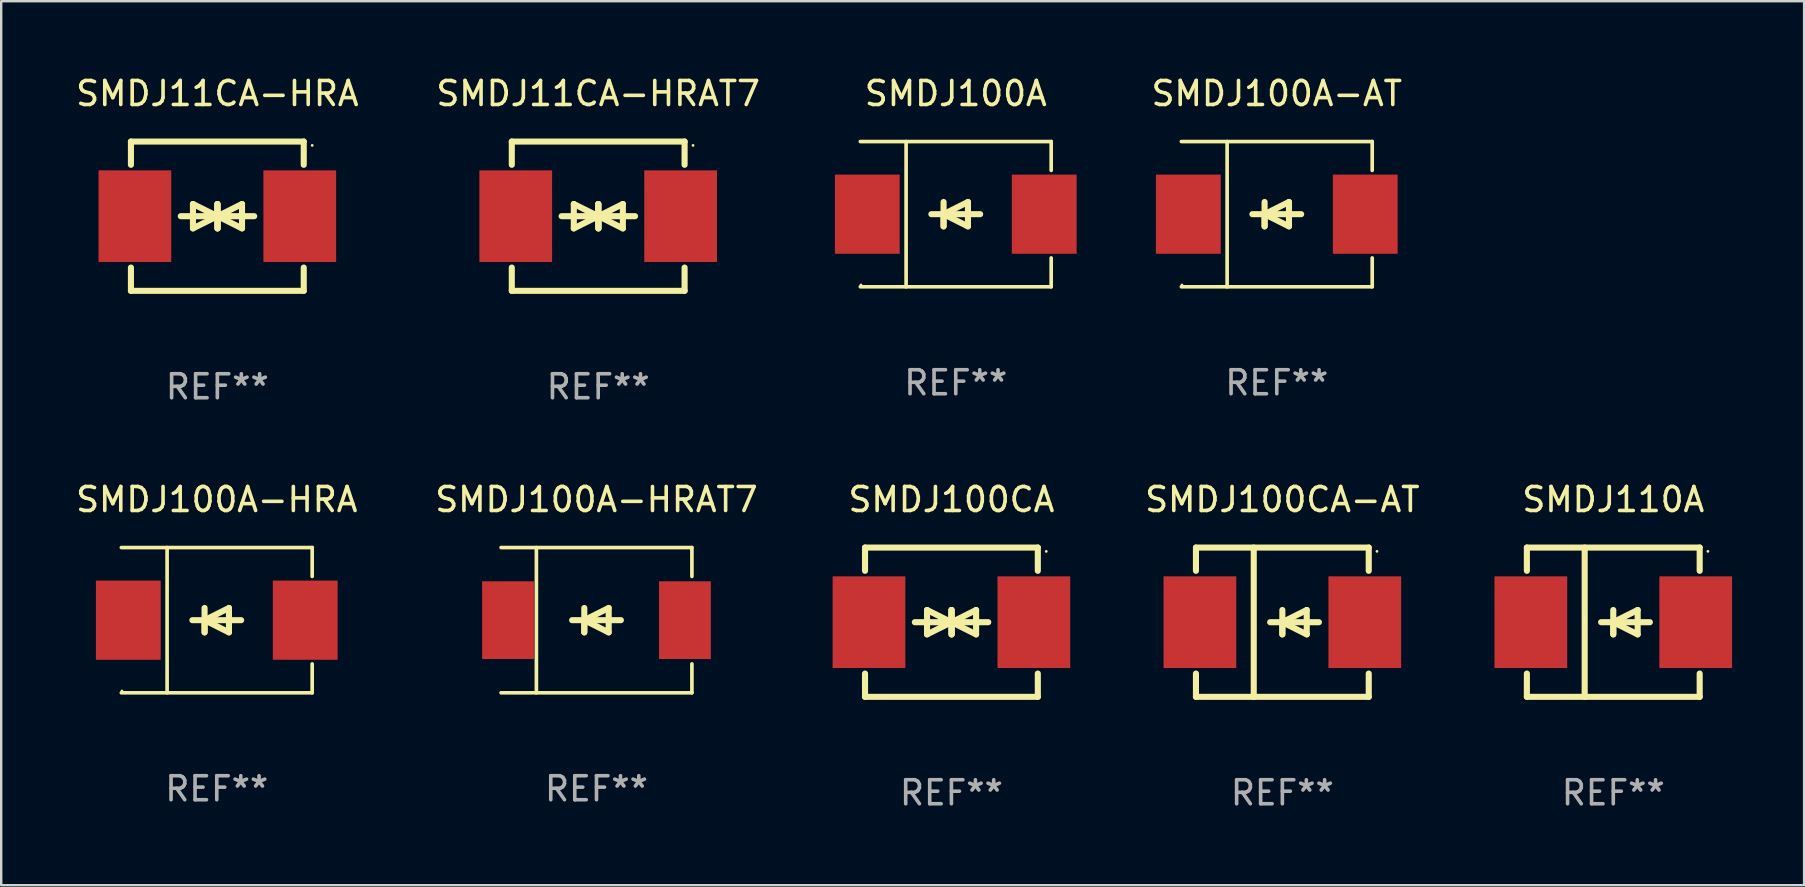
<source format=kicad_pcb>
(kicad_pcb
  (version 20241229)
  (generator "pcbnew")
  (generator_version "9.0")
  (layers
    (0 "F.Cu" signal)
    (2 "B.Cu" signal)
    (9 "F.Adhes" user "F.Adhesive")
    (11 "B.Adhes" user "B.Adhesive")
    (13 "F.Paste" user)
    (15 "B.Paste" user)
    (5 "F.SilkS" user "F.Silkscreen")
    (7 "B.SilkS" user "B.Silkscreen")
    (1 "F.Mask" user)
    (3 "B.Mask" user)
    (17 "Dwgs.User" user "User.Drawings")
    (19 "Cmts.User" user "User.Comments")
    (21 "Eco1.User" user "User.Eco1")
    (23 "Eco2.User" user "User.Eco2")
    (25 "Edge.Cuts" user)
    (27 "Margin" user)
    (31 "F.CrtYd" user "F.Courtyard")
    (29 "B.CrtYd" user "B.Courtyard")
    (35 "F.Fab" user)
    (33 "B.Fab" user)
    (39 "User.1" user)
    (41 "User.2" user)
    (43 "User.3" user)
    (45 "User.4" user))
  (footprint "SMDJ100CA"
    (layer "F.Cu")
    (at 36.593 22.875)
    (property "Reference" "SMDJ100CA" (at 0 -5.11 0) (layer "F.SilkS") (effects (font (size 1 1) (thickness 0.15))))
    (attr through_hole)
    (fp_line (start -3.6 -2.141) (end -3.6 -3.11) (stroke (width 0.254) (type solid)) (layer "F.SilkS"))
    (fp_line (start -3.6 3.11) (end -3.6 2.141) (stroke (width 0.254) (type solid)) (layer "F.SilkS"))
    (fp_line (start -1.524 0) (end 0.508 0) (stroke (width 0.254) (type solid)) (layer "F.SilkS"))
    (fp_line (start -1.016 -0.508) (end -1.016 0.508) (stroke (width 0.254) (type solid)) (layer "F.SilkS"))
    (fp_line (start -1.016 0.508) (end 0 0) (stroke (width 0.254) (type solid)) (layer "F.SilkS"))
    (fp_line (start 0 -0.508) (end 0 0.508) (stroke (width 0.254) (type solid)) (layer "F.SilkS"))
    (fp_line (start 0 0) (end -1.016 -0.508) (stroke (width 0.254) (type solid)) (layer "F.SilkS"))
    (fp_line (start 0 0) (end 0 -0.508) (stroke (width 0.254) (type solid)) (layer "F.SilkS"))
    (fp_line (start 0.012 0) (end 0.012 0.508) (stroke (width 0.254) (type solid)) (layer "F.SilkS"))
    (fp_line (start 0.012 0) (end 1.028 0.508) (stroke (width 0.254) (type solid)) (layer "F.SilkS"))
    (fp_line (start 0.012 0.508) (end 0.012 -0.508) (stroke (width 0.254) (type solid)) (layer "F.SilkS"))
    (fp_line (start 1.028 -0.508) (end 0.012 0) (stroke (width 0.254) (type solid)) (layer "F.SilkS"))
    (fp_line (start 1.028 0.508) (end 1.028 -0.508) (stroke (width 0.254) (type solid)) (layer "F.SilkS"))
    (fp_line (start 1.536 0) (end -0.496 0) (stroke (width 0.254) (type solid)) (layer "F.SilkS"))
    (fp_line (start 3.6 -3.11) (end -3.6 -3.11) (stroke (width 0.254) (type solid)) (layer "F.SilkS"))
    (fp_line (start 3.6 -2.141) (end 3.6 -3.11) (stroke (width 0.254) (type solid)) (layer "F.SilkS"))
    (fp_line (start 3.6 3.11) (end -3.6 3.11) (stroke (width 0.254) (type solid)) (layer "F.SilkS"))
    (fp_line (start 3.6 3.11) (end 3.6 2.141) (stroke (width 0.254) (type solid)) (layer "F.SilkS"))
    (fp_circle (center 3.952 -2.95) (end 3.982 -2.95) (stroke (width 0.06) (type solid)) (fill no) (layer "F.SilkS"))
    (fp_text user "REF**" (at 0 7.11 0) (layer "F.Fab") (effects (font (size 1 1) (thickness 0.15))))
    (pad "1" smd rect (at 3.435 0) (size 3.03 3.82) (layers "F.Cu" "F.Mask" "F.Paste"))
    (pad "2" smd rect (at -3.435 0) (size 3.03 3.82) (layers "F.Cu" "F.Mask" "F.Paste")))
  (footprint "SMDJ110A"
    (layer "F.Cu")
    (at 64.171 22.875)
    (property "Reference" "SMDJ110A" (at 0 -5.11 0) (layer "F.SilkS") (effects (font (size 1 1) (thickness 0.15))))
    (attr through_hole)
    (fp_line (start -3.6 -3.11) (end -3.6 -2.141) (stroke (width 0.254) (type solid)) (layer "F.SilkS"))
    (fp_line (start -3.6 -3.11) (end 3.6 -3.11) (stroke (width 0.254) (type solid)) (layer "F.SilkS"))
    (fp_line (start -3.6 2.141) (end -3.6 3.11) (stroke (width 0.254) (type solid)) (layer "F.SilkS"))
    (fp_line (start -3.6 3.11) (end 3.6 3.11) (stroke (width 0.254) (type solid)) (layer "F.SilkS"))
    (fp_line (start -1.192 -3.11) (end -1.192 3.11) (stroke (width 0.254) (type solid)) (layer "F.SilkS"))
    (fp_line (start 0 0) (end 0 0.508) (stroke (width 0.254) (type solid)) (layer "F.SilkS"))
    (fp_line (start 0 0) (end 1.016 0.508) (stroke (width 0.254) (type solid)) (layer "F.SilkS"))
    (fp_line (start 0 0.508) (end 0 -0.508) (stroke (width 0.254) (type solid)) (layer "F.SilkS"))
    (fp_line (start 1.016 -0.508) (end 0 0) (stroke (width 0.254) (type solid)) (layer "F.SilkS"))
    (fp_line (start 1.016 0.508) (end 1.016 -0.508) (stroke (width 0.254) (type solid)) (layer "F.SilkS"))
    (fp_line (start 1.524 0) (end -0.508 0) (stroke (width 0.254) (type solid)) (layer "F.SilkS"))
    (fp_line (start 3.6 -3.11) (end 3.6 -2.141) (stroke (width 0.254) (type solid)) (layer "F.SilkS"))
    (fp_line (start 3.6 2.141) (end 3.6 3.11) (stroke (width 0.254) (type solid)) (layer "F.SilkS"))
    (fp_circle (center 3.943 -2.952) (end 3.973 -2.952) (stroke (width 0.06) (type solid)) (fill no) (layer "F.SilkS"))
    (fp_text user "REF**" (at 0 7.11 0) (layer "F.Fab") (effects (font (size 1 1) (thickness 0.15))))
    (pad "1" smd rect (at 3.435 0 180) (size 3.03 3.82) (layers "F.Cu" "F.Mask" "F.Paste"))
    (pad "2" smd rect (at -3.435 0 180) (size 3.03 3.82) (layers "F.Cu" "F.Mask" "F.Paste")))
  (footprint "SMDJ100CA-AT"
    (layer "F.Cu")
    (at 50.382 22.875)
    (property "Reference" "SMDJ100CA-AT" (at 0 -5.11 0) (layer "F.SilkS") (effects (font (size 1 1) (thickness 0.15))))
    (attr through_hole)
    (fp_line (start -3.6 -3.11) (end -3.6 -2.141) (stroke (width 0.254) (type solid)) (layer "F.SilkS"))
    (fp_line (start -3.6 -3.11) (end 3.6 -3.11) (stroke (width 0.254) (type solid)) (layer "F.SilkS"))
    (fp_line (start -3.6 2.141) (end -3.6 3.11) (stroke (width 0.254) (type solid)) (layer "F.SilkS"))
    (fp_line (start -3.6 3.11) (end 3.6 3.11) (stroke (width 0.254) (type solid)) (layer "F.SilkS"))
    (fp_line (start -1.192 -3.11) (end -1.192 3.11) (stroke (width 0.254) (type solid)) (layer "F.SilkS"))
    (fp_line (start 0 0) (end 0 0.508) (stroke (width 0.254) (type solid)) (layer "F.SilkS"))
    (fp_line (start 0 0) (end 1.016 0.508) (stroke (width 0.254) (type solid)) (layer "F.SilkS"))
    (fp_line (start 0 0.508) (end 0 -0.508) (stroke (width 0.254) (type solid)) (layer "F.SilkS"))
    (fp_line (start 1.016 -0.508) (end 0 0) (stroke (width 0.254) (type solid)) (layer "F.SilkS"))
    (fp_line (start 1.016 0.508) (end 1.016 -0.508) (stroke (width 0.254) (type solid)) (layer "F.SilkS"))
    (fp_line (start 1.524 0) (end -0.508 0) (stroke (width 0.254) (type solid)) (layer "F.SilkS"))
    (fp_line (start 3.6 -3.11) (end 3.6 -2.141) (stroke (width 0.254) (type solid)) (layer "F.SilkS"))
    (fp_line (start 3.6 2.141) (end 3.6 3.11) (stroke (width 0.254) (type solid)) (layer "F.SilkS"))
    (fp_circle (center 3.943 -2.952) (end 3.973 -2.952) (stroke (width 0.06) (type solid)) (fill no) (layer "F.SilkS"))
    (fp_text user "REF**" (at 0 7.11 0) (layer "F.Fab") (effects (font (size 1 1) (thickness 0.15))))
    (pad "1" smd rect (at 3.435 0 180) (size 3.03 3.82) (layers "F.Cu" "F.Mask" "F.Paste"))
    (pad "2" smd rect (at -3.435 0 180) (size 3.03 3.82) (layers "F.Cu" "F.Mask" "F.Paste")))
  (footprint "SMDJ100A-HRA"
    (layer "F.Cu")
    (at 5.982 22.791)
    (property "Reference" "SMDJ100A-HRA" (at 0 -5.026 0) (layer "F.SilkS") (effects (font (size 1 1) (thickness 0.15))))
    (attr through_hole)
    (fp_line (start -3.976 -3.026) (end 3.976 -3.026) (stroke (width 0.152) (type solid)) (layer "F.SilkS"))
    (fp_line (start -3.976 3.026) (end 3.976 3.026) (stroke (width 0.152) (type solid)) (layer "F.SilkS"))
    (fp_line (start -2.069 -3.026) (end -2.069 3.026) (stroke (width 0.152) (type solid)) (layer "F.SilkS"))
    (fp_line (start -0.508 0) (end -0.508 0.508) (stroke (width 0.254) (type solid)) (layer "F.SilkS"))
    (fp_line (start -0.508 0) (end 0.508 0.508) (stroke (width 0.254) (type solid)) (layer "F.SilkS"))
    (fp_line (start -0.508 0.508) (end -0.508 -0.508) (stroke (width 0.254) (type solid)) (layer "F.SilkS"))
    (fp_line (start 0.508 -0.508) (end -0.508 0) (stroke (width 0.254) (type solid)) (layer "F.SilkS"))
    (fp_line (start 0.508 0.508) (end 0.508 -0.508) (stroke (width 0.254) (type solid)) (layer "F.SilkS"))
    (fp_line (start 1.016 0) (end -1.016 0) (stroke (width 0.254) (type solid)) (layer "F.SilkS"))
    (fp_line (start 3.976 -3.026) (end 3.976 -1.823) (stroke (width 0.152) (type solid)) (layer "F.SilkS"))
    (fp_line (start 3.976 3.026) (end 3.976 1.823) (stroke (width 0.152) (type solid)) (layer "F.SilkS"))
    (fp_circle (center -3.95 2.95) (end -3.92 2.95) (stroke (width 0.06) (type solid)) (fill no) (layer "F.SilkS"))
    (fp_text user "REF**" (at 0 7.026 0) (layer "F.Fab") (effects (font (size 1 1) (thickness 0.15))))
    (pad "1" smd rect (at -3.686 0) (size 2.7 3.3) (layers "F.Cu" "F.Mask" "F.Paste"))
    (pad "2" smd rect (at 3.686 0) (size 2.7 3.3) (layers "F.Cu" "F.Mask" "F.Paste")))
  (footprint "SMDJ100A-HRAT7"
    (layer "F.Cu")
    (at 21.804 22.791)
    (property "Reference" "SMDJ100A-HRAT7" (at 0 -5.026 0) (layer "F.SilkS") (effects (font (size 1 1) (thickness 0.15))))
    (attr through_hole)
    (fp_line (start -3.976 -3.026) (end 3.976 -3.026) (stroke (width 0.152) (type solid)) (layer "F.SilkS"))
    (fp_line (start -3.976 3.026) (end 3.976 3.026) (stroke (width 0.152) (type solid)) (layer "F.SilkS"))
    (fp_line (start -2.504 -3.026) (end -2.504 3.026) (stroke (width 0.152) (type solid)) (layer "F.SilkS"))
    (fp_line (start -0.508 0) (end -0.508 0.508) (stroke (width 0.254) (type solid)) (layer "F.SilkS"))
    (fp_line (start -0.508 0) (end 0.508 0.508) (stroke (width 0.254) (type solid)) (layer "F.SilkS"))
    (fp_line (start -0.508 0.508) (end -0.508 -0.508) (stroke (width 0.254) (type solid)) (layer "F.SilkS"))
    (fp_line (start 0.508 -0.508) (end -0.508 0) (stroke (width 0.254) (type solid)) (layer "F.SilkS"))
    (fp_line (start 0.508 0.508) (end 0.508 -0.508) (stroke (width 0.254) (type solid)) (layer "F.SilkS"))
    (fp_line (start 1.016 0) (end -1.016 0) (stroke (width 0.254) (type solid)) (layer "F.SilkS"))
    (fp_line (start 3.976 -3.026) (end 3.976 -1.823) (stroke (width 0.152) (type solid)) (layer "F.SilkS"))
    (fp_line (start 3.976 3.026) (end 3.976 1.823) (stroke (width 0.152) (type solid)) (layer "F.SilkS"))
    (fp_circle (center 3.95 -2.95) (end 3.98 -2.95) (stroke (width 0.06) (type solid)) (fill no) (layer "F.SilkS"))
    (fp_text user "REF**" (at 0 7.026 0) (layer "F.Fab") (effects (font (size 1 1) (thickness 0.15))))
    (pad "1" smd rect (at 3.686 0 180) (size 2.158 3.24) (layers "F.Cu" "F.Mask" "F.Paste"))
    (pad "2" smd rect (at -3.686 0 180) (size 2.158 3.24) (layers "F.Cu" "F.Mask" "F.Paste")))
  (footprint "SMDJ11CA-HRA"
    (layer "F.Cu")
    (at 6.006 5.958)
    (property "Reference" "SMDJ11CA-HRA" (at 0 -5.11 0) (layer "F.SilkS") (effects (font (size 1 1) (thickness 0.15))))
    (attr through_hole)
    (fp_line (start -3.6 -2.141) (end -3.6 -3.11) (stroke (width 0.254) (type solid)) (layer "F.SilkS"))
    (fp_line (start -3.6 3.11) (end -3.6 2.141) (stroke (width 0.254) (type solid)) (layer "F.SilkS"))
    (fp_line (start -1.524 0) (end 0.508 0) (stroke (width 0.254) (type solid)) (layer "F.SilkS"))
    (fp_line (start -1.016 -0.508) (end -1.016 0.508) (stroke (width 0.254) (type solid)) (layer "F.SilkS"))
    (fp_line (start -1.016 0.508) (end 0 0) (stroke (width 0.254) (type solid)) (layer "F.SilkS"))
    (fp_line (start 0 -0.508) (end 0 0.508) (stroke (width 0.254) (type solid)) (layer "F.SilkS"))
    (fp_line (start 0 0) (end -1.016 -0.508) (stroke (width 0.254) (type solid)) (layer "F.SilkS"))
    (fp_line (start 0 0) (end 0 -0.508) (stroke (width 0.254) (type solid)) (layer "F.SilkS"))
    (fp_line (start 0.012 0) (end 0.012 0.508) (stroke (width 0.254) (type solid)) (layer "F.SilkS"))
    (fp_line (start 0.012 0) (end 1.028 0.508) (stroke (width 0.254) (type solid)) (layer "F.SilkS"))
    (fp_line (start 0.012 0.508) (end 0.012 -0.508) (stroke (width 0.254) (type solid)) (layer "F.SilkS"))
    (fp_line (start 1.028 -0.508) (end 0.012 0) (stroke (width 0.254) (type solid)) (layer "F.SilkS"))
    (fp_line (start 1.028 0.508) (end 1.028 -0.508) (stroke (width 0.254) (type solid)) (layer "F.SilkS"))
    (fp_line (start 1.536 0) (end -0.496 0) (stroke (width 0.254) (type solid)) (layer "F.SilkS"))
    (fp_line (start 3.6 -3.11) (end -3.6 -3.11) (stroke (width 0.254) (type solid)) (layer "F.SilkS"))
    (fp_line (start 3.6 -2.141) (end 3.6 -3.11) (stroke (width 0.254) (type solid)) (layer "F.SilkS"))
    (fp_line (start 3.6 3.11) (end -3.6 3.11) (stroke (width 0.254) (type solid)) (layer "F.SilkS"))
    (fp_line (start 3.6 3.11) (end 3.6 2.141) (stroke (width 0.254) (type solid)) (layer "F.SilkS"))
    (fp_circle (center 3.952 -2.95) (end 3.982 -2.95) (stroke (width 0.06) (type solid)) (fill no) (layer "F.SilkS"))
    (fp_text user "REF**" (at 0 7.11 0) (layer "F.Fab") (effects (font (size 1 1) (thickness 0.15))))
    (pad "1" smd rect (at 3.435 0) (size 3.03 3.82) (layers "F.Cu" "F.Mask" "F.Paste"))
    (pad "2" smd rect (at -3.435 0) (size 3.03 3.82) (layers "F.Cu" "F.Mask" "F.Paste")))
  (footprint "SMDJ11CA-HRAT7"
    (layer "F.Cu")
    (at 21.875 5.958)
    (property "Reference" "SMDJ11CA-HRAT7" (at 0 -5.11 0) (layer "F.SilkS") (effects (font (size 1 1) (thickness 0.15))))
    (attr through_hole)
    (fp_line (start -3.6 -2.141) (end -3.6 -3.11) (stroke (width 0.254) (type solid)) (layer "F.SilkS"))
    (fp_line (start -3.6 3.11) (end -3.6 2.141) (stroke (width 0.254) (type solid)) (layer "F.SilkS"))
    (fp_line (start -1.524 0) (end 0.508 0) (stroke (width 0.254) (type solid)) (layer "F.SilkS"))
    (fp_line (start -1.016 -0.508) (end -1.016 0.508) (stroke (width 0.254) (type solid)) (layer "F.SilkS"))
    (fp_line (start -1.016 0.508) (end 0 0) (stroke (width 0.254) (type solid)) (layer "F.SilkS"))
    (fp_line (start 0 -0.508) (end 0 0.508) (stroke (width 0.254) (type solid)) (layer "F.SilkS"))
    (fp_line (start 0 0) (end -1.016 -0.508) (stroke (width 0.254) (type solid)) (layer "F.SilkS"))
    (fp_line (start 0 0) (end 0 -0.508) (stroke (width 0.254) (type solid)) (layer "F.SilkS"))
    (fp_line (start 0.012 0) (end 0.012 0.508) (stroke (width 0.254) (type solid)) (layer "F.SilkS"))
    (fp_line (start 0.012 0) (end 1.028 0.508) (stroke (width 0.254) (type solid)) (layer "F.SilkS"))
    (fp_line (start 0.012 0.508) (end 0.012 -0.508) (stroke (width 0.254) (type solid)) (layer "F.SilkS"))
    (fp_line (start 1.028 -0.508) (end 0.012 0) (stroke (width 0.254) (type solid)) (layer "F.SilkS"))
    (fp_line (start 1.028 0.508) (end 1.028 -0.508) (stroke (width 0.254) (type solid)) (layer "F.SilkS"))
    (fp_line (start 1.536 0) (end -0.496 0) (stroke (width 0.254) (type solid)) (layer "F.SilkS"))
    (fp_line (start 3.6 -3.11) (end -3.6 -3.11) (stroke (width 0.254) (type solid)) (layer "F.SilkS"))
    (fp_line (start 3.6 -2.141) (end 3.6 -3.11) (stroke (width 0.254) (type solid)) (layer "F.SilkS"))
    (fp_line (start 3.6 3.11) (end -3.6 3.11) (stroke (width 0.254) (type solid)) (layer "F.SilkS"))
    (fp_line (start 3.6 3.11) (end 3.6 2.141) (stroke (width 0.254) (type solid)) (layer "F.SilkS"))
    (fp_circle (center 3.952 -2.95) (end 3.982 -2.95) (stroke (width 0.06) (type solid)) (fill no) (layer "F.SilkS"))
    (fp_text user "REF**" (at 0 7.11 0) (layer "F.Fab") (effects (font (size 1 1) (thickness 0.15))))
    (pad "1" smd rect (at 3.435 0) (size 3.03 3.82) (layers "F.Cu" "F.Mask" "F.Paste"))
    (pad "2" smd rect (at -3.435 0) (size 3.03 3.82) (layers "F.Cu" "F.Mask" "F.Paste")))
  (footprint "SMDJ100A"
    (layer "F.Cu")
    (at 36.774 5.874)
    (property "Reference" "SMDJ100A" (at 0 -5.026 0) (layer "F.SilkS") (effects (font (size 1 1) (thickness 0.15))))
    (attr through_hole)
    (fp_line (start -3.976 -3.026) (end 3.976 -3.026) (stroke (width 0.152) (type solid)) (layer "F.SilkS"))
    (fp_line (start -3.976 3.026) (end 3.976 3.026) (stroke (width 0.152) (type solid)) (layer "F.SilkS"))
    (fp_line (start -2.069 -3.026) (end -2.069 3.026) (stroke (width 0.152) (type solid)) (layer "F.SilkS"))
    (fp_line (start -0.508 0) (end -0.508 0.508) (stroke (width 0.254) (type solid)) (layer "F.SilkS"))
    (fp_line (start -0.508 0) (end 0.508 0.508) (stroke (width 0.254) (type solid)) (layer "F.SilkS"))
    (fp_line (start -0.508 0.508) (end -0.508 -0.508) (stroke (width 0.254) (type solid)) (layer "F.SilkS"))
    (fp_line (start 0.508 -0.508) (end -0.508 0) (stroke (width 0.254) (type solid)) (layer "F.SilkS"))
    (fp_line (start 0.508 0.508) (end 0.508 -0.508) (stroke (width 0.254) (type solid)) (layer "F.SilkS"))
    (fp_line (start 1.016 0) (end -1.016 0) (stroke (width 0.254) (type solid)) (layer "F.SilkS"))
    (fp_line (start 3.976 -3.026) (end 3.976 -1.823) (stroke (width 0.152) (type solid)) (layer "F.SilkS"))
    (fp_line (start 3.976 3.026) (end 3.976 1.823) (stroke (width 0.152) (type solid)) (layer "F.SilkS"))
    (fp_circle (center -3.95 2.95) (end -3.92 2.95) (stroke (width 0.06) (type solid)) (fill no) (layer "F.SilkS"))
    (fp_text user "REF**" (at 0 7.026 0) (layer "F.Fab") (effects (font (size 1 1) (thickness 0.15))))
    (pad "1" smd rect (at -3.686 0) (size 2.7 3.3) (layers "F.Cu" "F.Mask" "F.Paste"))
    (pad "2" smd rect (at 3.686 0) (size 2.7 3.3) (layers "F.Cu" "F.Mask" "F.Paste")))
  (footprint "SMDJ100A-AT"
    (layer "F.Cu")
    (at 50.15 5.874)
    (property "Reference" "SMDJ100A-AT" (at 0 -5.026 0) (layer "F.SilkS") (effects (font (size 1 1) (thickness 0.15))))
    (attr through_hole)
    (fp_line (start -3.976 -3.026) (end 3.976 -3.026) (stroke (width 0.152) (type solid)) (layer "F.SilkS"))
    (fp_line (start -3.976 3.026) (end 3.976 3.026) (stroke (width 0.152) (type solid)) (layer "F.SilkS"))
    (fp_line (start -2.069 -3.026) (end -2.069 3.026) (stroke (width 0.152) (type solid)) (layer "F.SilkS"))
    (fp_line (start -0.508 0) (end -0.508 0.508) (stroke (width 0.254) (type solid)) (layer "F.SilkS"))
    (fp_line (start -0.508 0) (end 0.508 0.508) (stroke (width 0.254) (type solid)) (layer "F.SilkS"))
    (fp_line (start -0.508 0.508) (end -0.508 -0.508) (stroke (width 0.254) (type solid)) (layer "F.SilkS"))
    (fp_line (start 0.508 -0.508) (end -0.508 0) (stroke (width 0.254) (type solid)) (layer "F.SilkS"))
    (fp_line (start 0.508 0.508) (end 0.508 -0.508) (stroke (width 0.254) (type solid)) (layer "F.SilkS"))
    (fp_line (start 1.016 0) (end -1.016 0) (stroke (width 0.254) (type solid)) (layer "F.SilkS"))
    (fp_line (start 3.976 -3.026) (end 3.976 -1.823) (stroke (width 0.152) (type solid)) (layer "F.SilkS"))
    (fp_line (start 3.976 3.026) (end 3.976 1.823) (stroke (width 0.152) (type solid)) (layer "F.SilkS"))
    (fp_circle (center -3.95 2.95) (end -3.92 2.95) (stroke (width 0.06) (type solid)) (fill no) (layer "F.SilkS"))
    (fp_text user "REF**" (at 0 7.026 0) (layer "F.Fab") (effects (font (size 1 1) (thickness 0.15))))
    (pad "1" smd rect (at -3.686 0) (size 2.7 3.3) (layers "F.Cu" "F.Mask" "F.Paste"))
    (pad "2" smd rect (at 3.686 0) (size 2.7 3.3) (layers "F.Cu" "F.Mask" "F.Paste")))
  (gr_rect
    (start -3 -3)
    (end 72.122 33.833)
    (stroke (width 0.1) (type default))
    (fill no)
    (layer "Edge.Cuts")))
</source>
